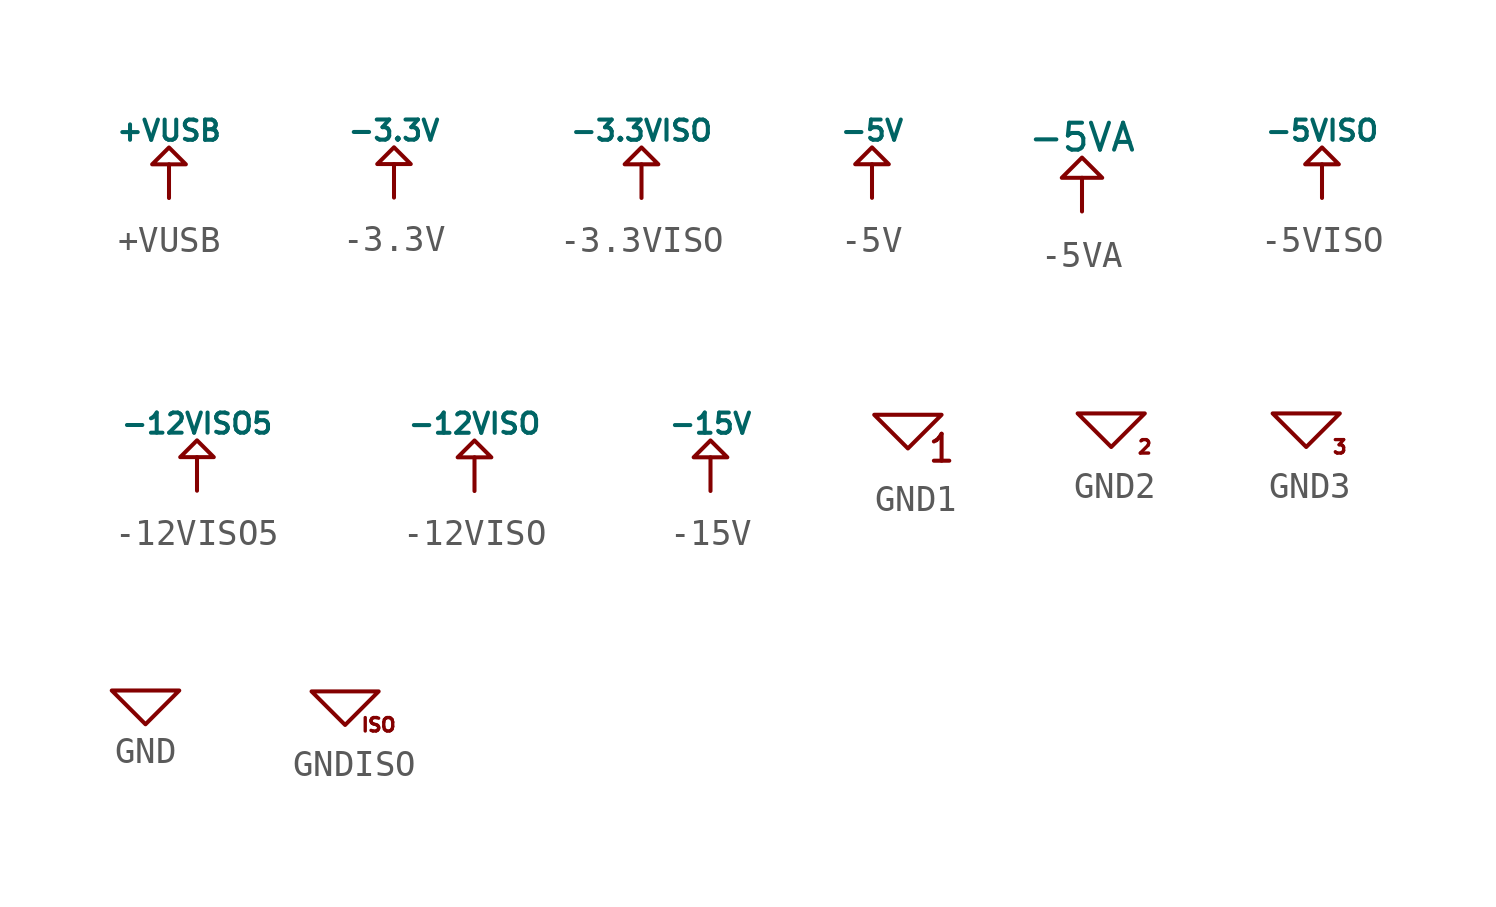
<source format=kicad_sym>
(kicad_symbol_lib
  (version 20201005)
  (generator kicad_symbol_editor)
  (symbol "+VUSB"
    (power)
    (pin_names
      (offset 0))
    (property "Reference" "#PWR"
      (at 0 -1.905 0)
      (effects (font (size 0.762 0.762)) hide))
    (property "Value" "+VUSB"
      (at 0 2.54 0)
      (effects (font (size 0.762 0.762))))
    (property "Footprint" ""
      (at 0 0 0)
      (effects (font (size 1.524 1.524))))
    (property "Datasheet" ""
      (at 0 0 0)
      (effects (font (size 1.524 1.524))))
    (symbol "+VUSB_0_0"
      (pin power_in line (at 0 0 180) (length 0) hide (name "+VUSB" (effects (font (size 0.762 0.762)))) (number "1" (effects (font (size 0.762 0.762))))))
    (symbol "+VUSB_0_1"
      (polyline (pts (xy 0 1.27) (xy 0 0)) (stroke (width 0)) (fill (type none)))
      (polyline (pts (xy 0 1.27) (xy -0.635 1.27) (xy 0 1.905) (xy 0.635 1.27) (xy 0 1.27)) (stroke (width 0)) (fill (type none)))))
  (symbol "-3.3V"
    (power)
    (pin_names
      (offset 0))
    (property "Reference" "#PWR"
      (at 0 -1.905 0)
      (effects (font (size 0.762 0.762)) hide))
    (property "Value" "-3.3V"
      (at 0 2.54 0)
      (effects (font (size 0.762 0.762))))
    (property "Footprint" ""
      (at 0 0 0)
      (effects (font (size 1.524 1.524))))
    (property "Datasheet" ""
      (at 0 0 0)
      (effects (font (size 1.524 1.524))))
    (symbol "-3.3V_0_0"
      (pin power_in line (at 0 0 180) (length 0) hide (name "-3.3V" (effects (font (size 0.762 0.762)))) (number "1" (effects (font (size 0.762 0.762))))))
    (symbol "-3.3V_0_1"
      (polyline (pts (xy 0 1.27) (xy 0 0)) (stroke (width 0)) (fill (type none)))
      (polyline (pts (xy 0 1.27) (xy -0.635 1.27) (xy 0 1.905) (xy 0.635 1.27) (xy 0 1.27)) (stroke (width 0)) (fill (type none)))))
  (symbol "-3.3VISO"
    (power)
    (pin_names
      (offset 0))
    (property "Reference" "#PWR"
      (at 0 -1.905 0)
      (effects (font (size 0.762 0.762)) hide))
    (property "Value" "-3.3VISO"
      (at 0 2.54 0)
      (effects (font (size 0.762 0.762))))
    (property "Footprint" ""
      (at 0 0 0)
      (effects (font (size 1.524 1.524))))
    (property "Datasheet" ""
      (at 0 0 0)
      (effects (font (size 1.524 1.524))))
    (symbol "-3.3VISO_0_0"
      (pin power_in line (at 0 0 180) (length 0) hide (name "-3.3VISO" (effects (font (size 0.762 0.762)))) (number "1" (effects (font (size 0.762 0.762))))))
    (symbol "-3.3VISO_0_1"
      (polyline (pts (xy 0 1.27) (xy 0 0)) (stroke (width 0)) (fill (type none)))
      (polyline (pts (xy 0 1.27) (xy -0.635 1.27) (xy 0 1.905) (xy 0.635 1.27) (xy 0 1.27)) (stroke (width 0)) (fill (type none)))))
  (symbol "-5V"
    (power)
    (pin_names
      (offset 0))
    (property "Reference" "#PWR"
      (at 0 -1.905 0)
      (effects (font (size 0.762 0.762)) hide))
    (property "Value" "-5V"
      (at 0 2.54 0)
      (effects (font (size 0.762 0.762))))
    (property "Footprint" ""
      (at 0 0 0)
      (effects (font (size 1.524 1.524))))
    (property "Datasheet" ""
      (at 0 0 0)
      (effects (font (size 1.524 1.524))))
    (symbol "-5V_0_0"
      (pin power_in line (at 0 0 180) (length 0) hide (name "-5V" (effects (font (size 0.762 0.762)))) (number "1" (effects (font (size 0.762 0.762))))))
    (symbol "-5V_0_1"
      (polyline (pts (xy 0 1.27) (xy 0 0)) (stroke (width 0)) (fill (type none)))
      (polyline (pts (xy 0 1.27) (xy -0.635 1.27) (xy 0 1.905) (xy 0.635 1.27) (xy 0 1.27)) (stroke (width 0)) (fill (type none)))))
  (symbol "-5VA"
    (power)
    (pin_names
      (offset 0))
    (property "Reference" "#PWR"
      (at 0 -1.905 0)
      (effects (font (size 0.762 0.762)) hide))
    (property "Value" "-5VA"
      (at 0 2.794 0)
      (effects (font (size 1.016 1.016))))
    (property "Footprint" ""
      (at 0 0 0)
      (effects (font (size 1.524 1.524))))
    (property "Datasheet" ""
      (at 0 0 0)
      (effects (font (size 1.524 1.524))))
    (symbol "-5VA_0_0"
      (pin power_in line (at 0 0 180) (length 0) hide (name "-5VA" (effects (font (size 0.762 0.762)))) (number "1" (effects (font (size 0.762 0.762))))))
    (symbol "-5VA_0_1"
      (polyline (pts (xy 0 1.27) (xy 0 0)) (stroke (width 0)) (fill (type none)))
      (polyline (pts (xy 0 1.27) (xy -0.762 1.27) (xy 0 2.032) (xy 0.762 1.27) (xy 0 1.27)) (stroke (width 0)) (fill (type none)))))
  (symbol "-5VISO"
    (power)
    (pin_names
      (offset 0))
    (property "Reference" "#PWR"
      (at 0 -1.905 0)
      (effects (font (size 0.762 0.762)) hide))
    (property "Value" "-5VISO"
      (at 0 2.54 0)
      (effects (font (size 0.762 0.762))))
    (property "Footprint" ""
      (at 0 0 0)
      (effects (font (size 1.524 1.524))))
    (property "Datasheet" ""
      (at 0 0 0)
      (effects (font (size 1.524 1.524))))
    (symbol "-5VISO_0_0"
      (pin power_in line (at 0 0 180) (length 0) hide (name "-5VISO" (effects (font (size 0.762 0.762)))) (number "1" (effects (font (size 0.762 0.762))))))
    (symbol "-5VISO_0_1"
      (polyline (pts (xy 0 1.27) (xy 0 0)) (stroke (width 0)) (fill (type none)))
      (polyline (pts (xy 0 1.27) (xy -0.635 1.27) (xy 0 1.905) (xy 0.635 1.27) (xy 0 1.27)) (stroke (width 0)) (fill (type none)))))
  (symbol "-12VISO5"
    (power)
    (pin_names
      (offset 0))
    (property "Reference" "#PWR"
      (at 0 -1.905 0)
      (effects (font (size 0.762 0.762)) hide))
    (property "Value" "-12VISO5"
      (at 0 2.54 0)
      (effects (font (size 0.762 0.762))))
    (property "Footprint" ""
      (at 0 0 0)
      (effects (font (size 1.524 1.524))))
    (property "Datasheet" ""
      (at 0 0 0)
      (effects (font (size 1.524 1.524))))
    (symbol "-12VISO5_0_0"
      (pin power_in line (at 0 0 180) (length 0) hide (name "-12VISO5" (effects (font (size 0.762 0.762)))) (number "1" (effects (font (size 0.762 0.762))))))
    (symbol "-12VISO5_0_1"
      (polyline (pts (xy 0 1.27) (xy 0 0)) (stroke (width 0)) (fill (type none)))
      (polyline (pts (xy 0 1.27) (xy -0.635 1.27) (xy 0 1.905) (xy 0.635 1.27) (xy 0 1.27)) (stroke (width 0)) (fill (type none)))))
  (symbol "-12VISO"
    (power)
    (pin_names
      (offset 0))
    (property "Reference" "#PWR"
      (at 0 -1.905 0)
      (effects (font (size 0.762 0.762)) hide))
    (property "Value" "-12VISO"
      (at 0 2.54 0)
      (effects (font (size 0.762 0.762))))
    (property "Footprint" ""
      (at 0 0 0)
      (effects (font (size 1.524 1.524))))
    (property "Datasheet" ""
      (at 0 0 0)
      (effects (font (size 1.524 1.524))))
    (symbol "-12VISO_0_0"
      (pin power_in line (at 0 0 180) (length 0) hide (name "-12VISO" (effects (font (size 0.762 0.762)))) (number "1" (effects (font (size 0.762 0.762))))))
    (symbol "-12VISO_0_1"
      (polyline (pts (xy 0 1.27) (xy 0 0)) (stroke (width 0)) (fill (type none)))
      (polyline (pts (xy 0 1.27) (xy -0.635 1.27) (xy 0 1.905) (xy 0.635 1.27) (xy 0 1.27)) (stroke (width 0)) (fill (type none)))))
  (symbol "-15V"
    (power)
    (pin_names
      (offset 0))
    (property "Reference" "#PWR"
      (at 0 -1.905 0)
      (effects (font (size 0.762 0.762)) hide))
    (property "Value" "-15V"
      (at 0 2.54 0)
      (effects (font (size 0.762 0.762))))
    (property "Footprint" ""
      (at 0 0 0)
      (effects (font (size 1.524 1.524))))
    (property "Datasheet" ""
      (at 0 0 0)
      (effects (font (size 1.524 1.524))))
    (symbol "-15V_0_0"
      (pin power_in line (at 0 0 180) (length 0) hide (name "-15V" (effects (font (size 0.762 0.762)))) (number "1" (effects (font (size 0.762 0.762))))))
    (symbol "-15V_0_1"
      (polyline (pts (xy 0 1.27) (xy 0 0)) (stroke (width 0)) (fill (type none)))
      (polyline (pts (xy 0 1.27) (xy -0.635 1.27) (xy 0 1.905) (xy 0.635 1.27) (xy 0 1.27)) (stroke (width 0)) (fill (type none)))))
  (symbol "GND1"
    (power)
    (pin_numbers hide)
    (pin_names
      (offset 1.016) hide)
    (property "Reference" "#PWR"
      (at 0 0 0)
      (effects (font (size 0.762 0.762)) hide))
    (property "Footprint" ""
      (at 0 0 0)
      (effects (font (size 1.524 1.524))))
    (property "Datasheet" ""
      (at 0 0 0)
      (effects (font (size 1.524 1.524))))
    (symbol "GND1_0_0"
      (text "1" (at 1.27 -1.27 0) (effects (font (size 1.016 1.016)))))
    (symbol "GND1_0_1"
      (polyline (pts (xy -1.27 0) (xy 1.27 0) (xy 0 -1.27) (xy -1.27 0)) (stroke (width 0)) (fill (type none))))
    (symbol "GND1_1_1"
      (pin power_in line (at 0 0 90) (length 0) hide (name "GND-ISO" (effects (font (size 0.762 0.762)))) (number "1" (effects (font (size 0.762 0.762)))))))
  (symbol "GND2"
    (power)
    (pin_numbers hide)
    (pin_names
      (offset 1.016) hide)
    (property "Reference" "#PWR"
      (at 0 0 0)
      (effects (font (size 0.762 0.762)) hide))
    (property "Footprint" ""
      (at 0 0 0)
      (effects (font (size 1.524 1.524))))
    (property "Datasheet" ""
      (at 0 0 0)
      (effects (font (size 1.524 1.524))))
    (symbol "GND2_0_0"
      (text "2" (at 1.27 -1.27 0) (effects (font (size 0.508 0.508)))))
    (symbol "GND2_0_1"
      (polyline (pts (xy -1.27 0) (xy 1.27 0) (xy 0 -1.27) (xy -1.27 0)) (stroke (width 0)) (fill (type none))))
    (symbol "GND2_1_1"
      (pin power_in line (at 0 0 90) (length 0) hide (name "GND-ISO" (effects (font (size 0.762 0.762)))) (number "1" (effects (font (size 0.762 0.762)))))))
  (symbol "GND3"
    (power)
    (pin_numbers hide)
    (pin_names
      (offset 1.016) hide)
    (property "Reference" "#PWR"
      (at 0 0 0)
      (effects (font (size 0.762 0.762)) hide))
    (property "Footprint" ""
      (at 0 0 0)
      (effects (font (size 1.524 1.524))))
    (property "Datasheet" ""
      (at 0 0 0)
      (effects (font (size 1.524 1.524))))
    (symbol "GND3_0_0"
      (text "3" (at 1.27 -1.27 0) (effects (font (size 0.508 0.508)))))
    (symbol "GND3_0_1"
      (polyline (pts (xy -1.27 0) (xy 1.27 0) (xy 0 -1.27) (xy -1.27 0)) (stroke (width 0)) (fill (type none))))
    (symbol "GND3_1_1"
      (pin power_in line (at 0 0 90) (length 0) hide (name "GND-ISO" (effects (font (size 0.762 0.762)))) (number "1" (effects (font (size 0.762 0.762)))))))
  (symbol "GND"
    (power)
    (pin_numbers hide)
    (pin_names
      (offset 1.016) hide)
    (property "Reference" "#PWR"
      (at 0 0 0)
      (effects (font (size 0.762 0.762)) hide))
    (property "Footprint" ""
      (at 0 0 0)
      (effects (font (size 1.524 1.524))))
    (property "Datasheet" ""
      (at 0 0 0)
      (effects (font (size 1.524 1.524))))
    (symbol "GND_0_1"
      (polyline (pts (xy -1.27 0) (xy 1.27 0) (xy 0 -1.27) (xy -1.27 0)) (stroke (width 0)) (fill (type none))))
    (symbol "GND_1_1"
      (pin power_in line (at 0 0 90) (length 0) hide (name "GND" (effects (font (size 0.762 0.762)))) (number "1" (effects (font (size 0.762 0.762)))))))
  (symbol "GNDISO"
    (power)
    (pin_numbers hide)
    (pin_names
      (offset 1.016) hide)
    (property "Reference" "#PWR"
      (at 0 0 0)
      (effects (font (size 0.762 0.762)) hide))
    (property "Footprint" ""
      (at 0 0 0)
      (effects (font (size 1.524 1.524))))
    (property "Datasheet" ""
      (at 0 0 0)
      (effects (font (size 1.524 1.524))))
    (symbol "GNDISO_0_0"
      (text "ISO" (at 1.27 -1.27 0) (effects (font (size 0.508 0.508)))))
    (symbol "GNDISO_0_1"
      (polyline (pts (xy -1.27 0) (xy 1.27 0) (xy 0 -1.27) (xy -1.27 0)) (stroke (width 0)) (fill (type none))))
    (symbol "GNDISO_1_1"
      (pin power_in line (at 0 0 90) (length 0) hide (name "GND-ISO" (effects (font (size 0.762 0.762)))) (number "1" (effects (font (size 0.762 0.762))))))))
</source>
